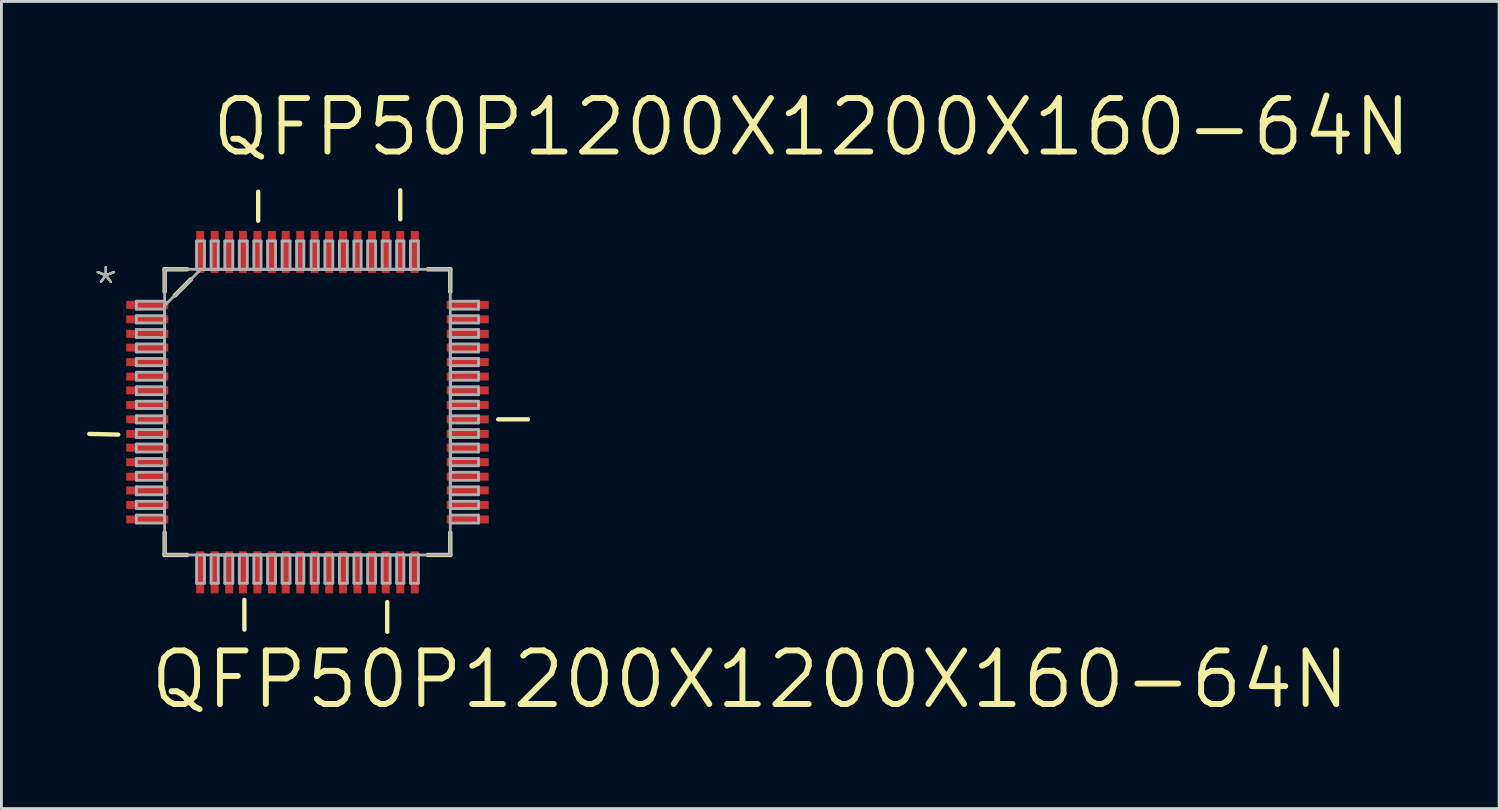
<source format=kicad_pcb>
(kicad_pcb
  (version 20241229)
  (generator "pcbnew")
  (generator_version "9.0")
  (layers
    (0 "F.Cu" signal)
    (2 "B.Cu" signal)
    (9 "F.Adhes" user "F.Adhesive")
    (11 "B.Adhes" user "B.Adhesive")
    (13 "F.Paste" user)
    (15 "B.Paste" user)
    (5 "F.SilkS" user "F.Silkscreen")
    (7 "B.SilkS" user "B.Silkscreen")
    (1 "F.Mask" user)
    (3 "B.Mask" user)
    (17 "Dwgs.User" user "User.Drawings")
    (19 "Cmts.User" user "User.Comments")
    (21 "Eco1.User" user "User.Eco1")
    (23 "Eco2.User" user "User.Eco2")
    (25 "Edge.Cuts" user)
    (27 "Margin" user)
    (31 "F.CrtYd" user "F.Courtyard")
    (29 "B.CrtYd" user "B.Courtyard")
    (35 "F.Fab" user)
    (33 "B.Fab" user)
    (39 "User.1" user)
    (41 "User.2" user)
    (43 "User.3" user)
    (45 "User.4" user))
  (footprint "QFP50P1200X1200X160-64N"
    (layer "F.Cu")
    (at 7.722 11.389)
    (property "Reference" "QFP50P1200X1200X160-64N" (at -5.613 10.465 0) (layer "F.SilkS") (effects (font (size 1.875 1.875) (thickness 0.208)) (justify left bottom)))
    (fp_line (start -7.645 0.762) (end -6.629 0.787) (stroke (width 0.152) (type solid)) (layer "F.SilkS"))
    (fp_line (start -5.004 -5.004) (end -5.004 -4.216) (stroke (width 0.152) (type solid)) (layer "F.SilkS"))
    (fp_line (start -5.004 4.216) (end -5.004 5.004) (stroke (width 0.152) (type solid)) (layer "F.SilkS"))
    (fp_line (start -5.004 5.004) (end -4.216 5.004) (stroke (width 0.152) (type solid)) (layer "F.SilkS"))
    (fp_line (start -4.648 -4.089) (end -4.089 -4.648) (stroke (width 0.152) (type solid)) (layer "F.SilkS"))
    (fp_line (start -4.216 -5.004) (end -5.004 -5.004) (stroke (width 0.152) (type solid)) (layer "F.SilkS"))
    (fp_line (start -2.21 7.62) (end -2.21 6.579) (stroke (width 0.152) (type solid)) (layer "F.SilkS"))
    (fp_line (start -1.727 -6.706) (end -1.727 -7.722) (stroke (width 0.152) (type solid)) (layer "F.SilkS"))
    (fp_line (start 2.794 7.696) (end 2.794 6.655) (stroke (width 0.152) (type solid)) (layer "F.SilkS"))
    (fp_line (start 3.251 -6.756) (end 3.251 -7.772) (stroke (width 0.152) (type solid)) (layer "F.SilkS"))
    (fp_line (start 4.216 5.004) (end 5.004 5.004) (stroke (width 0.152) (type solid)) (layer "F.SilkS"))
    (fp_line (start 5.004 -5.004) (end 4.216 -5.004) (stroke (width 0.152) (type solid)) (layer "F.SilkS"))
    (fp_line (start 5.004 -4.216) (end 5.004 -5.004) (stroke (width 0.152) (type solid)) (layer "F.SilkS"))
    (fp_line (start 5.004 5.004) (end 5.004 4.216) (stroke (width 0.152) (type solid)) (layer "F.SilkS"))
    (fp_line (start 6.68 0.254) (end 7.722 0.254) (stroke (width 0.152) (type solid)) (layer "F.SilkS"))
    (fp_line (start -5.994 -3.886) (end -5.994 -3.607) (stroke (width 0.1) (type solid)) (layer "F.Fab"))
    (fp_line (start -5.994 -3.607) (end -5.004 -3.607) (stroke (width 0.1) (type solid)) (layer "F.Fab"))
    (fp_line (start -5.994 -3.378) (end -5.994 -3.124) (stroke (width 0.1) (type solid)) (layer "F.Fab"))
    (fp_line (start -5.994 -3.124) (end -5.004 -3.124) (stroke (width 0.1) (type solid)) (layer "F.Fab"))
    (fp_line (start -5.994 -2.896) (end -5.994 -2.616) (stroke (width 0.1) (type solid)) (layer "F.Fab"))
    (fp_line (start -5.994 -2.616) (end -5.004 -2.616) (stroke (width 0.1) (type solid)) (layer "F.Fab"))
    (fp_line (start -5.994 -2.388) (end -5.994 -2.108) (stroke (width 0.1) (type solid)) (layer "F.Fab"))
    (fp_line (start -5.994 -2.108) (end -5.004 -2.108) (stroke (width 0.1) (type solid)) (layer "F.Fab"))
    (fp_line (start -5.994 -1.88) (end -5.994 -1.626) (stroke (width 0.1) (type solid)) (layer "F.Fab"))
    (fp_line (start -5.994 -1.626) (end -5.004 -1.626) (stroke (width 0.1) (type solid)) (layer "F.Fab"))
    (fp_line (start -5.994 -1.397) (end -5.994 -1.118) (stroke (width 0.1) (type solid)) (layer "F.Fab"))
    (fp_line (start -5.994 -1.118) (end -5.004 -1.118) (stroke (width 0.1) (type solid)) (layer "F.Fab"))
    (fp_line (start -5.994 -0.889) (end -5.994 -0.61) (stroke (width 0.1) (type solid)) (layer "F.Fab"))
    (fp_line (start -5.994 -0.61) (end -5.004 -0.61) (stroke (width 0.1) (type solid)) (layer "F.Fab"))
    (fp_line (start -5.994 -0.381) (end -5.994 -0.127) (stroke (width 0.1) (type solid)) (layer "F.Fab"))
    (fp_line (start -5.994 -0.127) (end -5.004 -0.127) (stroke (width 0.1) (type solid)) (layer "F.Fab"))
    (fp_line (start -5.994 0.127) (end -5.994 0.381) (stroke (width 0.1) (type solid)) (layer "F.Fab"))
    (fp_line (start -5.994 0.381) (end -5.004 0.381) (stroke (width 0.1) (type solid)) (layer "F.Fab"))
    (fp_line (start -5.994 0.61) (end -5.994 0.889) (stroke (width 0.1) (type solid)) (layer "F.Fab"))
    (fp_line (start -5.994 0.889) (end -5.004 0.889) (stroke (width 0.1) (type solid)) (layer "F.Fab"))
    (fp_line (start -5.994 1.118) (end -5.994 1.397) (stroke (width 0.1) (type solid)) (layer "F.Fab"))
    (fp_line (start -5.994 1.397) (end -5.004 1.397) (stroke (width 0.1) (type solid)) (layer "F.Fab"))
    (fp_line (start -5.994 1.626) (end -5.994 1.88) (stroke (width 0.1) (type solid)) (layer "F.Fab"))
    (fp_line (start -5.994 1.88) (end -5.004 1.88) (stroke (width 0.1) (type solid)) (layer "F.Fab"))
    (fp_line (start -5.994 2.108) (end -5.994 2.388) (stroke (width 0.1) (type solid)) (layer "F.Fab"))
    (fp_line (start -5.994 2.388) (end -5.004 2.388) (stroke (width 0.1) (type solid)) (layer "F.Fab"))
    (fp_line (start -5.994 2.616) (end -5.994 2.896) (stroke (width 0.1) (type solid)) (layer "F.Fab"))
    (fp_line (start -5.994 2.896) (end -5.004 2.896) (stroke (width 0.1) (type solid)) (layer "F.Fab"))
    (fp_line (start -5.994 3.124) (end -5.994 3.378) (stroke (width 0.1) (type solid)) (layer "F.Fab"))
    (fp_line (start -5.994 3.378) (end -5.004 3.378) (stroke (width 0.1) (type solid)) (layer "F.Fab"))
    (fp_line (start -5.994 3.607) (end -5.994 3.886) (stroke (width 0.1) (type solid)) (layer "F.Fab"))
    (fp_line (start -5.994 3.886) (end -5.004 3.886) (stroke (width 0.1) (type solid)) (layer "F.Fab"))
    (fp_line (start -5.004 -5.004) (end -5.004 -3.886) (stroke (width 0.1) (type solid)) (layer "F.Fab"))
    (fp_line (start -5.004 -3.886) (end -5.994 -3.886) (stroke (width 0.1) (type solid)) (layer "F.Fab"))
    (fp_line (start -5.004 -3.886) (end -5.004 3.886) (stroke (width 0.1) (type solid)) (layer "F.Fab"))
    (fp_line (start -5.004 -3.734) (end -5.004 -3.886) (stroke (width 0.1) (type solid)) (layer "F.Fab"))
    (fp_line (start -5.004 -3.734) (end -3.734 -5.004) (stroke (width 0.1) (type solid)) (layer "F.Fab"))
    (fp_line (start -5.004 -3.607) (end -5.004 -3.734) (stroke (width 0.1) (type solid)) (layer "F.Fab"))
    (fp_line (start -5.004 -3.607) (end -5.004 -3.378) (stroke (width 0.1) (type solid)) (layer "F.Fab"))
    (fp_line (start -5.004 -3.378) (end -5.994 -3.378) (stroke (width 0.1) (type solid)) (layer "F.Fab"))
    (fp_line (start -5.004 -3.124) (end -5.004 -3.378) (stroke (width 0.1) (type solid)) (layer "F.Fab"))
    (fp_line (start -5.004 -3.124) (end -5.004 -2.896) (stroke (width 0.1) (type solid)) (layer "F.Fab"))
    (fp_line (start -5.004 -2.896) (end -5.994 -2.896) (stroke (width 0.1) (type solid)) (layer "F.Fab"))
    (fp_line (start -5.004 -2.616) (end -5.004 -2.896) (stroke (width 0.1) (type solid)) (layer "F.Fab"))
    (fp_line (start -5.004 -2.616) (end -5.004 -2.388) (stroke (width 0.1) (type solid)) (layer "F.Fab"))
    (fp_line (start -5.004 -2.388) (end -5.994 -2.388) (stroke (width 0.1) (type solid)) (layer "F.Fab"))
    (fp_line (start -5.004 -2.108) (end -5.004 -2.388) (stroke (width 0.1) (type solid)) (layer "F.Fab"))
    (fp_line (start -5.004 -2.108) (end -5.004 -1.88) (stroke (width 0.1) (type solid)) (layer "F.Fab"))
    (fp_line (start -5.004 -1.88) (end -5.994 -1.88) (stroke (width 0.1) (type solid)) (layer "F.Fab"))
    (fp_line (start -5.004 -1.626) (end -5.004 -1.88) (stroke (width 0.1) (type solid)) (layer "F.Fab"))
    (fp_line (start -5.004 -1.626) (end -5.004 -1.397) (stroke (width 0.1) (type solid)) (layer "F.Fab"))
    (fp_line (start -5.004 -1.397) (end -5.994 -1.397) (stroke (width 0.1) (type solid)) (layer "F.Fab"))
    (fp_line (start -5.004 -1.118) (end -5.004 -1.397) (stroke (width 0.1) (type solid)) (layer "F.Fab"))
    (fp_line (start -5.004 -1.118) (end -5.004 -0.889) (stroke (width 0.1) (type solid)) (layer "F.Fab"))
    (fp_line (start -5.004 -0.889) (end -5.994 -0.889) (stroke (width 0.1) (type solid)) (layer "F.Fab"))
    (fp_line (start -5.004 -0.61) (end -5.004 -0.889) (stroke (width 0.1) (type solid)) (layer "F.Fab"))
    (fp_line (start -5.004 -0.61) (end -5.004 -0.381) (stroke (width 0.1) (type solid)) (layer "F.Fab"))
    (fp_line (start -5.004 -0.381) (end -5.994 -0.381) (stroke (width 0.1) (type solid)) (layer "F.Fab"))
    (fp_line (start -5.004 -0.127) (end -5.004 -0.381) (stroke (width 0.1) (type solid)) (layer "F.Fab"))
    (fp_line (start -5.004 -0.127) (end -5.004 0.127) (stroke (width 0.1) (type solid)) (layer "F.Fab"))
    (fp_line (start -5.004 0.127) (end -5.994 0.127) (stroke (width 0.1) (type solid)) (layer "F.Fab"))
    (fp_line (start -5.004 0.381) (end -5.004 0.127) (stroke (width 0.1) (type solid)) (layer "F.Fab"))
    (fp_line (start -5.004 0.381) (end -5.004 0.61) (stroke (width 0.1) (type solid)) (layer "F.Fab"))
    (fp_line (start -5.004 0.61) (end -5.994 0.61) (stroke (width 0.1) (type solid)) (layer "F.Fab"))
    (fp_line (start -5.004 0.889) (end -5.004 0.61) (stroke (width 0.1) (type solid)) (layer "F.Fab"))
    (fp_line (start -5.004 0.889) (end -5.004 1.118) (stroke (width 0.1) (type solid)) (layer "F.Fab"))
    (fp_line (start -5.004 1.118) (end -5.994 1.118) (stroke (width 0.1) (type solid)) (layer "F.Fab"))
    (fp_line (start -5.004 1.397) (end -5.004 1.118) (stroke (width 0.1) (type solid)) (layer "F.Fab"))
    (fp_line (start -5.004 1.397) (end -5.004 1.626) (stroke (width 0.1) (type solid)) (layer "F.Fab"))
    (fp_line (start -5.004 1.626) (end -5.994 1.626) (stroke (width 0.1) (type solid)) (layer "F.Fab"))
    (fp_line (start -5.004 1.88) (end -5.004 1.626) (stroke (width 0.1) (type solid)) (layer "F.Fab"))
    (fp_line (start -5.004 1.88) (end -5.004 2.108) (stroke (width 0.1) (type solid)) (layer "F.Fab"))
    (fp_line (start -5.004 2.108) (end -5.994 2.108) (stroke (width 0.1) (type solid)) (layer "F.Fab"))
    (fp_line (start -5.004 2.388) (end -5.004 2.108) (stroke (width 0.1) (type solid)) (layer "F.Fab"))
    (fp_line (start -5.004 2.388) (end -5.004 2.616) (stroke (width 0.1) (type solid)) (layer "F.Fab"))
    (fp_line (start -5.004 2.616) (end -5.994 2.616) (stroke (width 0.1) (type solid)) (layer "F.Fab"))
    (fp_line (start -5.004 2.896) (end -5.004 2.616) (stroke (width 0.1) (type solid)) (layer "F.Fab"))
    (fp_line (start -5.004 2.896) (end -5.004 3.124) (stroke (width 0.1) (type solid)) (layer "F.Fab"))
    (fp_line (start -5.004 3.124) (end -5.994 3.124) (stroke (width 0.1) (type solid)) (layer "F.Fab"))
    (fp_line (start -5.004 3.378) (end -5.004 3.124) (stroke (width 0.1) (type solid)) (layer "F.Fab"))
    (fp_line (start -5.004 3.378) (end -5.004 3.607) (stroke (width 0.1) (type solid)) (layer "F.Fab"))
    (fp_line (start -5.004 3.607) (end -5.994 3.607) (stroke (width 0.1) (type solid)) (layer "F.Fab"))
    (fp_line (start -5.004 3.886) (end -5.004 3.607) (stroke (width 0.1) (type solid)) (layer "F.Fab"))
    (fp_line (start -5.004 3.886) (end -5.004 5.004) (stroke (width 0.1) (type solid)) (layer "F.Fab"))
    (fp_line (start -5.004 5.004) (end -3.886 5.004) (stroke (width 0.1) (type solid)) (layer "F.Fab"))
    (fp_line (start -3.886 -5.994) (end -3.886 -5.004) (stroke (width 0.1) (type solid)) (layer "F.Fab"))
    (fp_line (start -3.886 -5.004) (end -5.004 -5.004) (stroke (width 0.1) (type solid)) (layer "F.Fab"))
    (fp_line (start -3.886 -5.004) (end -3.734 -5.004) (stroke (width 0.1) (type solid)) (layer "F.Fab"))
    (fp_line (start -3.886 5.004) (end -3.886 5.994) (stroke (width 0.1) (type solid)) (layer "F.Fab"))
    (fp_line (start -3.886 5.994) (end -3.607 5.994) (stroke (width 0.1) (type solid)) (layer "F.Fab"))
    (fp_line (start -3.734 -5.004) (end -3.607 -5.004) (stroke (width 0.1) (type solid)) (layer "F.Fab"))
    (fp_line (start -3.607 -5.994) (end -3.886 -5.994) (stroke (width 0.1) (type solid)) (layer "F.Fab"))
    (fp_line (start -3.607 -5.004) (end -3.607 -5.994) (stroke (width 0.1) (type solid)) (layer "F.Fab"))
    (fp_line (start -3.607 5.004) (end -3.886 5.004) (stroke (width 0.1) (type solid)) (layer "F.Fab"))
    (fp_line (start -3.607 5.004) (end -3.378 5.004) (stroke (width 0.1) (type solid)) (layer "F.Fab"))
    (fp_line (start -3.607 5.994) (end -3.607 5.004) (stroke (width 0.1) (type solid)) (layer "F.Fab"))
    (fp_line (start -3.378 -5.994) (end -3.378 -5.004) (stroke (width 0.1) (type solid)) (layer "F.Fab"))
    (fp_line (start -3.378 -5.004) (end -3.607 -5.004) (stroke (width 0.1) (type solid)) (layer "F.Fab"))
    (fp_line (start -3.378 -5.004) (end -3.124 -5.004) (stroke (width 0.1) (type solid)) (layer "F.Fab"))
    (fp_line (start -3.378 5.004) (end -3.378 5.994) (stroke (width 0.1) (type solid)) (layer "F.Fab"))
    (fp_line (start -3.378 5.994) (end -3.124 5.994) (stroke (width 0.1) (type solid)) (layer "F.Fab"))
    (fp_line (start -3.124 -5.994) (end -3.378 -5.994) (stroke (width 0.1) (type solid)) (layer "F.Fab"))
    (fp_line (start -3.124 -5.004) (end -3.124 -5.994) (stroke (width 0.1) (type solid)) (layer "F.Fab"))
    (fp_line (start -3.124 5.004) (end -3.378 5.004) (stroke (width 0.1) (type solid)) (layer "F.Fab"))
    (fp_line (start -3.124 5.004) (end -2.896 5.004) (stroke (width 0.1) (type solid)) (layer "F.Fab"))
    (fp_line (start -3.124 5.004) (end 3.124 5.004) (stroke (width 0.1) (type solid)) (layer "F.Fab"))
    (fp_line (start -3.124 5.994) (end -3.124 5.004) (stroke (width 0.1) (type solid)) (layer "F.Fab"))
    (fp_line (start -2.896 -5.994) (end -2.896 -5.004) (stroke (width 0.1) (type solid)) (layer "F.Fab"))
    (fp_line (start -2.896 -5.004) (end -3.124 -5.004) (stroke (width 0.1) (type solid)) (layer "F.Fab"))
    (fp_line (start -2.896 -5.004) (end -2.616 -5.004) (stroke (width 0.1) (type solid)) (layer "F.Fab"))
    (fp_line (start -2.896 5.004) (end -2.896 5.994) (stroke (width 0.1) (type solid)) (layer "F.Fab"))
    (fp_line (start -2.896 5.994) (end -2.616 5.994) (stroke (width 0.1) (type solid)) (layer "F.Fab"))
    (fp_line (start -2.616 -5.994) (end -2.896 -5.994) (stroke (width 0.1) (type solid)) (layer "F.Fab"))
    (fp_line (start -2.616 -5.004) (end -2.616 -5.994) (stroke (width 0.1) (type solid)) (layer "F.Fab"))
    (fp_line (start -2.616 5.004) (end -2.896 5.004) (stroke (width 0.1) (type solid)) (layer "F.Fab"))
    (fp_line (start -2.616 5.004) (end -2.388 5.004) (stroke (width 0.1) (type solid)) (layer "F.Fab"))
    (fp_line (start -2.616 5.994) (end -2.616 5.004) (stroke (width 0.1) (type solid)) (layer "F.Fab"))
    (fp_line (start -2.388 -5.994) (end -2.388 -5.004) (stroke (width 0.1) (type solid)) (layer "F.Fab"))
    (fp_line (start -2.388 -5.004) (end -2.616 -5.004) (stroke (width 0.1) (type solid)) (layer "F.Fab"))
    (fp_line (start -2.388 -5.004) (end -2.108 -5.004) (stroke (width 0.1) (type solid)) (layer "F.Fab"))
    (fp_line (start -2.388 5.004) (end -2.388 5.994) (stroke (width 0.1) (type solid)) (layer "F.Fab"))
    (fp_line (start -2.388 5.994) (end -2.108 5.994) (stroke (width 0.1) (type solid)) (layer "F.Fab"))
    (fp_line (start -2.108 -5.994) (end -2.388 -5.994) (stroke (width 0.1) (type solid)) (layer "F.Fab"))
    (fp_line (start -2.108 -5.004) (end -2.108 -5.994) (stroke (width 0.1) (type solid)) (layer "F.Fab"))
    (fp_line (start -2.108 5.004) (end -2.388 5.004) (stroke (width 0.1) (type solid)) (layer "F.Fab"))
    (fp_line (start -2.108 5.004) (end -1.88 5.004) (stroke (width 0.1) (type solid)) (layer "F.Fab"))
    (fp_line (start -2.108 5.994) (end -2.108 5.004) (stroke (width 0.1) (type solid)) (layer "F.Fab"))
    (fp_line (start -1.88 -5.994) (end -1.88 -5.004) (stroke (width 0.1) (type solid)) (layer "F.Fab"))
    (fp_line (start -1.88 -5.004) (end -2.108 -5.004) (stroke (width 0.1) (type solid)) (layer "F.Fab"))
    (fp_line (start -1.88 -5.004) (end -1.626 -5.004) (stroke (width 0.1) (type solid)) (layer "F.Fab"))
    (fp_line (start -1.88 5.004) (end -1.88 5.994) (stroke (width 0.1) (type solid)) (layer "F.Fab"))
    (fp_line (start -1.88 5.994) (end -1.626 5.994) (stroke (width 0.1) (type solid)) (layer "F.Fab"))
    (fp_line (start -1.626 -5.994) (end -1.88 -5.994) (stroke (width 0.1) (type solid)) (layer "F.Fab"))
    (fp_line (start -1.626 -5.004) (end -1.626 -5.994) (stroke (width 0.1) (type solid)) (layer "F.Fab"))
    (fp_line (start -1.626 5.004) (end -1.88 5.004) (stroke (width 0.1) (type solid)) (layer "F.Fab"))
    (fp_line (start -1.626 5.004) (end -1.397 5.004) (stroke (width 0.1) (type solid)) (layer "F.Fab"))
    (fp_line (start -1.626 5.994) (end -1.626 5.004) (stroke (width 0.1) (type solid)) (layer "F.Fab"))
    (fp_line (start -1.397 -5.994) (end -1.397 -5.004) (stroke (width 0.1) (type solid)) (layer "F.Fab"))
    (fp_line (start -1.397 -5.004) (end -1.626 -5.004) (stroke (width 0.1) (type solid)) (layer "F.Fab"))
    (fp_line (start -1.397 -5.004) (end -1.118 -5.004) (stroke (width 0.1) (type solid)) (layer "F.Fab"))
    (fp_line (start -1.397 5.004) (end -1.397 5.994) (stroke (width 0.1) (type solid)) (layer "F.Fab"))
    (fp_line (start -1.397 5.994) (end -1.118 5.994) (stroke (width 0.1) (type solid)) (layer "F.Fab"))
    (fp_line (start -1.118 -5.994) (end -1.397 -5.994) (stroke (width 0.1) (type solid)) (layer "F.Fab"))
    (fp_line (start -1.118 -5.004) (end -1.118 -5.994) (stroke (width 0.1) (type solid)) (layer "F.Fab"))
    (fp_line (start -1.118 5.004) (end -1.397 5.004) (stroke (width 0.1) (type solid)) (layer "F.Fab"))
    (fp_line (start -1.118 5.004) (end -0.889 5.004) (stroke (width 0.1) (type solid)) (layer "F.Fab"))
    (fp_line (start -1.118 5.994) (end -1.118 5.004) (stroke (width 0.1) (type solid)) (layer "F.Fab"))
    (fp_line (start -0.889 -5.994) (end -0.889 -5.004) (stroke (width 0.1) (type solid)) (layer "F.Fab"))
    (fp_line (start -0.889 -5.004) (end -1.118 -5.004) (stroke (width 0.1) (type solid)) (layer "F.Fab"))
    (fp_line (start -0.889 -5.004) (end -0.61 -5.004) (stroke (width 0.1) (type solid)) (layer "F.Fab"))
    (fp_line (start -0.889 5.004) (end -0.889 5.994) (stroke (width 0.1) (type solid)) (layer "F.Fab"))
    (fp_line (start -0.889 5.994) (end -0.61 5.994) (stroke (width 0.1) (type solid)) (layer "F.Fab"))
    (fp_line (start -0.61 -5.994) (end -0.889 -5.994) (stroke (width 0.1) (type solid)) (layer "F.Fab"))
    (fp_line (start -0.61 -5.004) (end -0.61 -5.994) (stroke (width 0.1) (type solid)) (layer "F.Fab"))
    (fp_line (start -0.61 5.004) (end -0.889 5.004) (stroke (width 0.1) (type solid)) (layer "F.Fab"))
    (fp_line (start -0.61 5.004) (end -0.381 5.004) (stroke (width 0.1) (type solid)) (layer "F.Fab"))
    (fp_line (start -0.61 5.994) (end -0.61 5.004) (stroke (width 0.1) (type solid)) (layer "F.Fab"))
    (fp_line (start -0.381 -5.994) (end -0.381 -5.004) (stroke (width 0.1) (type solid)) (layer "F.Fab"))
    (fp_line (start -0.381 -5.004) (end -0.61 -5.004) (stroke (width 0.1) (type solid)) (layer "F.Fab"))
    (fp_line (start -0.381 -5.004) (end -0.127 -5.004) (stroke (width 0.1) (type solid)) (layer "F.Fab"))
    (fp_line (start -0.381 5.004) (end -0.381 5.994) (stroke (width 0.1) (type solid)) (layer "F.Fab"))
    (fp_line (start -0.381 5.994) (end -0.127 5.994) (stroke (width 0.1) (type solid)) (layer "F.Fab"))
    (fp_line (start -0.127 -5.994) (end -0.381 -5.994) (stroke (width 0.1) (type solid)) (layer "F.Fab"))
    (fp_line (start -0.127 -5.004) (end -0.127 -5.994) (stroke (width 0.1) (type solid)) (layer "F.Fab"))
    (fp_line (start -0.127 5.004) (end -0.381 5.004) (stroke (width 0.1) (type solid)) (layer "F.Fab"))
    (fp_line (start -0.127 5.004) (end 0.127 5.004) (stroke (width 0.1) (type solid)) (layer "F.Fab"))
    (fp_line (start -0.127 5.994) (end -0.127 5.004) (stroke (width 0.1) (type solid)) (layer "F.Fab"))
    (fp_line (start 0.127 -5.994) (end 0.127 -5.004) (stroke (width 0.1) (type solid)) (layer "F.Fab"))
    (fp_line (start 0.127 -5.004) (end -0.127 -5.004) (stroke (width 0.1) (type solid)) (layer "F.Fab"))
    (fp_line (start 0.127 -5.004) (end 0.381 -5.004) (stroke (width 0.1) (type solid)) (layer "F.Fab"))
    (fp_line (start 0.127 5.004) (end 0.127 5.994) (stroke (width 0.1) (type solid)) (layer "F.Fab"))
    (fp_line (start 0.127 5.994) (end 0.381 5.994) (stroke (width 0.1) (type solid)) (layer "F.Fab"))
    (fp_line (start 0.381 -5.994) (end 0.127 -5.994) (stroke (width 0.1) (type solid)) (layer "F.Fab"))
    (fp_line (start 0.381 -5.004) (end 0.381 -5.994) (stroke (width 0.1) (type solid)) (layer "F.Fab"))
    (fp_line (start 0.381 5.004) (end 0.127 5.004) (stroke (width 0.1) (type solid)) (layer "F.Fab"))
    (fp_line (start 0.381 5.004) (end 0.61 5.004) (stroke (width 0.1) (type solid)) (layer "F.Fab"))
    (fp_line (start 0.381 5.994) (end 0.381 5.004) (stroke (width 0.1) (type solid)) (layer "F.Fab"))
    (fp_line (start 0.61 -5.994) (end 0.61 -5.004) (stroke (width 0.1) (type solid)) (layer "F.Fab"))
    (fp_line (start 0.61 -5.004) (end 0.381 -5.004) (stroke (width 0.1) (type solid)) (layer "F.Fab"))
    (fp_line (start 0.61 -5.004) (end 0.889 -5.004) (stroke (width 0.1) (type solid)) (layer "F.Fab"))
    (fp_line (start 0.61 5.004) (end 0.61 5.994) (stroke (width 0.1) (type solid)) (layer "F.Fab"))
    (fp_line (start 0.61 5.994) (end 0.889 5.994) (stroke (width 0.1) (type solid)) (layer "F.Fab"))
    (fp_line (start 0.889 -5.994) (end 0.61 -5.994) (stroke (width 0.1) (type solid)) (layer "F.Fab"))
    (fp_line (start 0.889 -5.004) (end 0.889 -5.994) (stroke (width 0.1) (type solid)) (layer "F.Fab"))
    (fp_line (start 0.889 5.004) (end 0.61 5.004) (stroke (width 0.1) (type solid)) (layer "F.Fab"))
    (fp_line (start 0.889 5.004) (end 1.118 5.004) (stroke (width 0.1) (type solid)) (layer "F.Fab"))
    (fp_line (start 0.889 5.994) (end 0.889 5.004) (stroke (width 0.1) (type solid)) (layer "F.Fab"))
    (fp_line (start 1.118 -5.994) (end 1.118 -5.004) (stroke (width 0.1) (type solid)) (layer "F.Fab"))
    (fp_line (start 1.118 -5.004) (end 0.889 -5.004) (stroke (width 0.1) (type solid)) (layer "F.Fab"))
    (fp_line (start 1.118 -5.004) (end 1.397 -5.004) (stroke (width 0.1) (type solid)) (layer "F.Fab"))
    (fp_line (start 1.118 5.004) (end 1.118 5.994) (stroke (width 0.1) (type solid)) (layer "F.Fab"))
    (fp_line (start 1.118 5.994) (end 1.397 5.994) (stroke (width 0.1) (type solid)) (layer "F.Fab"))
    (fp_line (start 1.397 -5.994) (end 1.118 -5.994) (stroke (width 0.1) (type solid)) (layer "F.Fab"))
    (fp_line (start 1.397 -5.004) (end 1.397 -5.994) (stroke (width 0.1) (type solid)) (layer "F.Fab"))
    (fp_line (start 1.397 5.004) (end 1.118 5.004) (stroke (width 0.1) (type solid)) (layer "F.Fab"))
    (fp_line (start 1.397 5.004) (end 1.626 5.004) (stroke (width 0.1) (type solid)) (layer "F.Fab"))
    (fp_line (start 1.397 5.994) (end 1.397 5.004) (stroke (width 0.1) (type solid)) (layer "F.Fab"))
    (fp_line (start 1.626 -5.994) (end 1.626 -5.004) (stroke (width 0.1) (type solid)) (layer "F.Fab"))
    (fp_line (start 1.626 -5.004) (end 1.397 -5.004) (stroke (width 0.1) (type solid)) (layer "F.Fab"))
    (fp_line (start 1.626 -5.004) (end 1.88 -5.004) (stroke (width 0.1) (type solid)) (layer "F.Fab"))
    (fp_line (start 1.626 5.004) (end 1.626 5.994) (stroke (width 0.1) (type solid)) (layer "F.Fab"))
    (fp_line (start 1.626 5.994) (end 1.88 5.994) (stroke (width 0.1) (type solid)) (layer "F.Fab"))
    (fp_line (start 1.88 -5.994) (end 1.626 -5.994) (stroke (width 0.1) (type solid)) (layer "F.Fab"))
    (fp_line (start 1.88 -5.004) (end 1.88 -5.994) (stroke (width 0.1) (type solid)) (layer "F.Fab"))
    (fp_line (start 1.88 5.004) (end 1.626 5.004) (stroke (width 0.1) (type solid)) (layer "F.Fab"))
    (fp_line (start 1.88 5.004) (end 2.108 5.004) (stroke (width 0.1) (type solid)) (layer "F.Fab"))
    (fp_line (start 1.88 5.994) (end 1.88 5.004) (stroke (width 0.1) (type solid)) (layer "F.Fab"))
    (fp_line (start 2.108 -5.994) (end 2.108 -5.004) (stroke (width 0.1) (type solid)) (layer "F.Fab"))
    (fp_line (start 2.108 -5.004) (end 1.88 -5.004) (stroke (width 0.1) (type solid)) (layer "F.Fab"))
    (fp_line (start 2.108 -5.004) (end 2.388 -5.004) (stroke (width 0.1) (type solid)) (layer "F.Fab"))
    (fp_line (start 2.108 5.004) (end 2.108 5.994) (stroke (width 0.1) (type solid)) (layer "F.Fab"))
    (fp_line (start 2.108 5.994) (end 2.388 5.994) (stroke (width 0.1) (type solid)) (layer "F.Fab"))
    (fp_line (start 2.388 -5.994) (end 2.108 -5.994) (stroke (width 0.1) (type solid)) (layer "F.Fab"))
    (fp_line (start 2.388 -5.004) (end 2.388 -5.994) (stroke (width 0.1) (type solid)) (layer "F.Fab"))
    (fp_line (start 2.388 5.004) (end 2.108 5.004) (stroke (width 0.1) (type solid)) (layer "F.Fab"))
    (fp_line (start 2.388 5.004) (end 2.616 5.004) (stroke (width 0.1) (type solid)) (layer "F.Fab"))
    (fp_line (start 2.388 5.994) (end 2.388 5.004) (stroke (width 0.1) (type solid)) (layer "F.Fab"))
    (fp_line (start 2.616 -5.994) (end 2.616 -5.004) (stroke (width 0.1) (type solid)) (layer "F.Fab"))
    (fp_line (start 2.616 -5.004) (end 2.388 -5.004) (stroke (width 0.1) (type solid)) (layer "F.Fab"))
    (fp_line (start 2.616 -5.004) (end 2.896 -5.004) (stroke (width 0.1) (type solid)) (layer "F.Fab"))
    (fp_line (start 2.616 5.004) (end 2.616 5.994) (stroke (width 0.1) (type solid)) (layer "F.Fab"))
    (fp_line (start 2.616 5.994) (end 2.896 5.994) (stroke (width 0.1) (type solid)) (layer "F.Fab"))
    (fp_line (start 2.896 -5.994) (end 2.616 -5.994) (stroke (width 0.1) (type solid)) (layer "F.Fab"))
    (fp_line (start 2.896 -5.004) (end 2.896 -5.994) (stroke (width 0.1) (type solid)) (layer "F.Fab"))
    (fp_line (start 2.896 5.004) (end 2.616 5.004) (stroke (width 0.1) (type solid)) (layer "F.Fab"))
    (fp_line (start 2.896 5.004) (end 3.124 5.004) (stroke (width 0.1) (type solid)) (layer "F.Fab"))
    (fp_line (start 2.896 5.994) (end 2.896 5.004) (stroke (width 0.1) (type solid)) (layer "F.Fab"))
    (fp_line (start 3.124 -5.994) (end 3.124 -5.004) (stroke (width 0.1) (type solid)) (layer "F.Fab"))
    (fp_line (start 3.124 -5.004) (end 2.896 -5.004) (stroke (width 0.1) (type solid)) (layer "F.Fab"))
    (fp_line (start 3.124 -5.004) (end 3.378 -5.004) (stroke (width 0.1) (type solid)) (layer "F.Fab"))
    (fp_line (start 3.124 5.004) (end 3.124 5.994) (stroke (width 0.1) (type solid)) (layer "F.Fab"))
    (fp_line (start 3.124 5.994) (end 3.378 5.994) (stroke (width 0.1) (type solid)) (layer "F.Fab"))
    (fp_line (start 3.378 -5.994) (end 3.124 -5.994) (stroke (width 0.1) (type solid)) (layer "F.Fab"))
    (fp_line (start 3.378 -5.004) (end 3.378 -5.994) (stroke (width 0.1) (type solid)) (layer "F.Fab"))
    (fp_line (start 3.378 5.004) (end 3.124 5.004) (stroke (width 0.1) (type solid)) (layer "F.Fab"))
    (fp_line (start 3.378 5.004) (end 3.607 5.004) (stroke (width 0.1) (type solid)) (layer "F.Fab"))
    (fp_line (start 3.378 5.994) (end 3.378 5.004) (stroke (width 0.1) (type solid)) (layer "F.Fab"))
    (fp_line (start 3.607 -5.994) (end 3.607 -5.004) (stroke (width 0.1) (type solid)) (layer "F.Fab"))
    (fp_line (start 3.607 -5.004) (end -3.734 -5.004) (stroke (width 0.1) (type solid)) (layer "F.Fab"))
    (fp_line (start 3.607 -5.004) (end 3.378 -5.004) (stroke (width 0.1) (type solid)) (layer "F.Fab"))
    (fp_line (start 3.607 -5.004) (end 3.886 -5.004) (stroke (width 0.1) (type solid)) (layer "F.Fab"))
    (fp_line (start 3.607 5.004) (end 3.607 5.994) (stroke (width 0.1) (type solid)) (layer "F.Fab"))
    (fp_line (start 3.607 5.994) (end 3.886 5.994) (stroke (width 0.1) (type solid)) (layer "F.Fab"))
    (fp_line (start 3.886 -5.994) (end 3.607 -5.994) (stroke (width 0.1) (type solid)) (layer "F.Fab"))
    (fp_line (start 3.886 -5.004) (end 3.886 -5.994) (stroke (width 0.1) (type solid)) (layer "F.Fab"))
    (fp_line (start 3.886 5.004) (end 3.607 5.004) (stroke (width 0.1) (type solid)) (layer "F.Fab"))
    (fp_line (start 3.886 5.004) (end 5.004 5.004) (stroke (width 0.1) (type solid)) (layer "F.Fab"))
    (fp_line (start 3.886 5.994) (end 3.886 5.004) (stroke (width 0.1) (type solid)) (layer "F.Fab"))
    (fp_line (start 5.004 -5.004) (end 3.886 -5.004) (stroke (width 0.1) (type solid)) (layer "F.Fab"))
    (fp_line (start 5.004 -3.886) (end 5.004 -5.004) (stroke (width 0.1) (type solid)) (layer "F.Fab"))
    (fp_line (start 5.004 -3.886) (end 5.004 -3.607) (stroke (width 0.1) (type solid)) (layer "F.Fab"))
    (fp_line (start 5.004 -3.607) (end 5.994 -3.607) (stroke (width 0.1) (type solid)) (layer "F.Fab"))
    (fp_line (start 5.004 -3.378) (end 5.004 -3.607) (stroke (width 0.1) (type solid)) (layer "F.Fab"))
    (fp_line (start 5.004 -3.378) (end 5.004 -3.124) (stroke (width 0.1) (type solid)) (layer "F.Fab"))
    (fp_line (start 5.004 -3.124) (end 5.994 -3.124) (stroke (width 0.1) (type solid)) (layer "F.Fab"))
    (fp_line (start 5.004 -2.896) (end 5.004 -3.124) (stroke (width 0.1) (type solid)) (layer "F.Fab"))
    (fp_line (start 5.004 -2.896) (end 5.004 -2.616) (stroke (width 0.1) (type solid)) (layer "F.Fab"))
    (fp_line (start 5.004 -2.616) (end 5.994 -2.616) (stroke (width 0.1) (type solid)) (layer "F.Fab"))
    (fp_line (start 5.004 -2.388) (end 5.004 -2.616) (stroke (width 0.1) (type solid)) (layer "F.Fab"))
    (fp_line (start 5.004 -2.388) (end 5.004 -2.108) (stroke (width 0.1) (type solid)) (layer "F.Fab"))
    (fp_line (start 5.004 -2.108) (end 5.994 -2.108) (stroke (width 0.1) (type solid)) (layer "F.Fab"))
    (fp_line (start 5.004 -1.88) (end 5.004 -2.108) (stroke (width 0.1) (type solid)) (layer "F.Fab"))
    (fp_line (start 5.004 -1.88) (end 5.004 -1.626) (stroke (width 0.1) (type solid)) (layer "F.Fab"))
    (fp_line (start 5.004 -1.626) (end 5.994 -1.626) (stroke (width 0.1) (type solid)) (layer "F.Fab"))
    (fp_line (start 5.004 -1.397) (end 5.004 -1.626) (stroke (width 0.1) (type solid)) (layer "F.Fab"))
    (fp_line (start 5.004 -1.397) (end 5.004 -1.118) (stroke (width 0.1) (type solid)) (layer "F.Fab"))
    (fp_line (start 5.004 -1.118) (end 5.994 -1.118) (stroke (width 0.1) (type solid)) (layer "F.Fab"))
    (fp_line (start 5.004 -0.889) (end 5.004 -1.118) (stroke (width 0.1) (type solid)) (layer "F.Fab"))
    (fp_line (start 5.004 -0.889) (end 5.004 -0.61) (stroke (width 0.1) (type solid)) (layer "F.Fab"))
    (fp_line (start 5.004 -0.61) (end 5.994 -0.61) (stroke (width 0.1) (type solid)) (layer "F.Fab"))
    (fp_line (start 5.004 -0.381) (end 5.004 -0.61) (stroke (width 0.1) (type solid)) (layer "F.Fab"))
    (fp_line (start 5.004 -0.381) (end 5.004 -0.127) (stroke (width 0.1) (type solid)) (layer "F.Fab"))
    (fp_line (start 5.004 -0.127) (end 5.994 -0.127) (stroke (width 0.1) (type solid)) (layer "F.Fab"))
    (fp_line (start 5.004 0.127) (end 5.004 -0.127) (stroke (width 0.1) (type solid)) (layer "F.Fab"))
    (fp_line (start 5.004 0.127) (end 5.004 0.381) (stroke (width 0.1) (type solid)) (layer "F.Fab"))
    (fp_line (start 5.004 0.381) (end 5.994 0.381) (stroke (width 0.1) (type solid)) (layer "F.Fab"))
    (fp_line (start 5.004 0.61) (end 5.004 0.381) (stroke (width 0.1) (type solid)) (layer "F.Fab"))
    (fp_line (start 5.004 0.61) (end 5.004 0.889) (stroke (width 0.1) (type solid)) (layer "F.Fab"))
    (fp_line (start 5.004 0.889) (end 5.994 0.889) (stroke (width 0.1) (type solid)) (layer "F.Fab"))
    (fp_line (start 5.004 1.118) (end 5.004 0.889) (stroke (width 0.1) (type solid)) (layer "F.Fab"))
    (fp_line (start 5.004 1.118) (end 5.004 1.397) (stroke (width 0.1) (type solid)) (layer "F.Fab"))
    (fp_line (start 5.004 1.397) (end 5.994 1.397) (stroke (width 0.1) (type solid)) (layer "F.Fab"))
    (fp_line (start 5.004 1.626) (end 5.004 1.397) (stroke (width 0.1) (type solid)) (layer "F.Fab"))
    (fp_line (start 5.004 1.626) (end 5.004 1.88) (stroke (width 0.1) (type solid)) (layer "F.Fab"))
    (fp_line (start 5.004 1.88) (end 5.994 1.88) (stroke (width 0.1) (type solid)) (layer "F.Fab"))
    (fp_line (start 5.004 2.108) (end 5.004 1.88) (stroke (width 0.1) (type solid)) (layer "F.Fab"))
    (fp_line (start 5.004 2.108) (end 5.004 2.388) (stroke (width 0.1) (type solid)) (layer "F.Fab"))
    (fp_line (start 5.004 2.388) (end 5.994 2.388) (stroke (width 0.1) (type solid)) (layer "F.Fab"))
    (fp_line (start 5.004 2.616) (end 5.004 2.388) (stroke (width 0.1) (type solid)) (layer "F.Fab"))
    (fp_line (start 5.004 2.616) (end 5.004 2.896) (stroke (width 0.1) (type solid)) (layer "F.Fab"))
    (fp_line (start 5.004 2.896) (end 5.994 2.896) (stroke (width 0.1) (type solid)) (layer "F.Fab"))
    (fp_line (start 5.004 3.124) (end 5.004 2.896) (stroke (width 0.1) (type solid)) (layer "F.Fab"))
    (fp_line (start 5.004 3.124) (end 5.004 3.378) (stroke (width 0.1) (type solid)) (layer "F.Fab"))
    (fp_line (start 5.004 3.378) (end 5.004 -3.378) (stroke (width 0.1) (type solid)) (layer "F.Fab"))
    (fp_line (start 5.004 3.378) (end 5.994 3.378) (stroke (width 0.1) (type solid)) (layer "F.Fab"))
    (fp_line (start 5.004 3.607) (end 5.004 3.378) (stroke (width 0.1) (type solid)) (layer "F.Fab"))
    (fp_line (start 5.004 3.607) (end 5.004 3.886) (stroke (width 0.1) (type solid)) (layer "F.Fab"))
    (fp_line (start 5.004 3.886) (end 5.994 3.886) (stroke (width 0.1) (type solid)) (layer "F.Fab"))
    (fp_line (start 5.004 5.004) (end 5.004 3.886) (stroke (width 0.1) (type solid)) (layer "F.Fab"))
    (fp_line (start 5.994 -3.886) (end 5.004 -3.886) (stroke (width 0.1) (type solid)) (layer "F.Fab"))
    (fp_line (start 5.994 -3.607) (end 5.994 -3.886) (stroke (width 0.1) (type solid)) (layer "F.Fab"))
    (fp_line (start 5.994 -3.378) (end 5.004 -3.378) (stroke (width 0.1) (type solid)) (layer "F.Fab"))
    (fp_line (start 5.994 -3.124) (end 5.994 -3.378) (stroke (width 0.1) (type solid)) (layer "F.Fab"))
    (fp_line (start 5.994 -2.896) (end 5.004 -2.896) (stroke (width 0.1) (type solid)) (layer "F.Fab"))
    (fp_line (start 5.994 -2.616) (end 5.994 -2.896) (stroke (width 0.1) (type solid)) (layer "F.Fab"))
    (fp_line (start 5.994 -2.388) (end 5.004 -2.388) (stroke (width 0.1) (type solid)) (layer "F.Fab"))
    (fp_line (start 5.994 -2.108) (end 5.994 -2.388) (stroke (width 0.1) (type solid)) (layer "F.Fab"))
    (fp_line (start 5.994 -1.88) (end 5.004 -1.88) (stroke (width 0.1) (type solid)) (layer "F.Fab"))
    (fp_line (start 5.994 -1.626) (end 5.994 -1.88) (stroke (width 0.1) (type solid)) (layer "F.Fab"))
    (fp_line (start 5.994 -1.397) (end 5.004 -1.397) (stroke (width 0.1) (type solid)) (layer "F.Fab"))
    (fp_line (start 5.994 -1.118) (end 5.994 -1.397) (stroke (width 0.1) (type solid)) (layer "F.Fab"))
    (fp_line (start 5.994 -0.889) (end 5.004 -0.889) (stroke (width 0.1) (type solid)) (layer "F.Fab"))
    (fp_line (start 5.994 -0.61) (end 5.994 -0.889) (stroke (width 0.1) (type solid)) (layer "F.Fab"))
    (fp_line (start 5.994 -0.381) (end 5.004 -0.381) (stroke (width 0.1) (type solid)) (layer "F.Fab"))
    (fp_line (start 5.994 -0.127) (end 5.994 -0.381) (stroke (width 0.1) (type solid)) (layer "F.Fab"))
    (fp_line (start 5.994 0.127) (end 5.004 0.127) (stroke (width 0.1) (type solid)) (layer "F.Fab"))
    (fp_line (start 5.994 0.381) (end 5.994 0.127) (stroke (width 0.1) (type solid)) (layer "F.Fab"))
    (fp_line (start 5.994 0.61) (end 5.004 0.61) (stroke (width 0.1) (type solid)) (layer "F.Fab"))
    (fp_line (start 5.994 0.889) (end 5.994 0.61) (stroke (width 0.1) (type solid)) (layer "F.Fab"))
    (fp_line (start 5.994 1.118) (end 5.004 1.118) (stroke (width 0.1) (type solid)) (layer "F.Fab"))
    (fp_line (start 5.994 1.397) (end 5.994 1.118) (stroke (width 0.1) (type solid)) (layer "F.Fab"))
    (fp_line (start 5.994 1.626) (end 5.004 1.626) (stroke (width 0.1) (type solid)) (layer "F.Fab"))
    (fp_line (start 5.994 1.88) (end 5.994 1.626) (stroke (width 0.1) (type solid)) (layer "F.Fab"))
    (fp_line (start 5.994 2.108) (end 5.004 2.108) (stroke (width 0.1) (type solid)) (layer "F.Fab"))
    (fp_line (start 5.994 2.388) (end 5.994 2.108) (stroke (width 0.1) (type solid)) (layer "F.Fab"))
    (fp_line (start 5.994 2.616) (end 5.004 2.616) (stroke (width 0.1) (type solid)) (layer "F.Fab"))
    (fp_line (start 5.994 2.896) (end 5.994 2.616) (stroke (width 0.1) (type solid)) (layer "F.Fab"))
    (fp_line (start 5.994 3.124) (end 5.004 3.124) (stroke (width 0.1) (type solid)) (layer "F.Fab"))
    (fp_line (start 5.994 3.378) (end 5.994 3.124) (stroke (width 0.1) (type solid)) (layer "F.Fab"))
    (fp_line (start 5.994 3.607) (end 5.004 3.607) (stroke (width 0.1) (type solid)) (layer "F.Fab"))
    (fp_line (start 5.994 3.886) (end 5.994 3.607) (stroke (width 0.1) (type solid)) (layer "F.Fab"))
    (fp_text user "*" (at -7.569 -3.734 0) (layer "F.SilkS") (effects (font (size 1.194 1.194) (thickness 0.076)) (justify left bottom)))
    (fp_text user "${REFERENCE}" (at -3.454 -8.89 0) (layer "F.SilkS") (effects (font (size 1.875 1.875) (thickness 0.208)) (justify left bottom)))
    (fp_text user "*" (at -7.569 -3.734 0) (layer "F.SilkS") (effects (font (size 1.194 1.194) (thickness 0.076)) (justify left bottom)))
    (fp_text user "*" (at -7.569 -3.734 0) (layer "F.Fab") (effects (font (size 1.194 1.194) (thickness 0.076)) (justify left bottom)))
    (fp_text user "*" (at -7.569 -3.734 0) (layer "F.Fab") (effects (font (size 1.194 1.194) (thickness 0.076)) (justify left bottom)))
    (pad "1" smd rect (at -5.613 -3.759 270) (size 0.279 1.473) (layers "F.Cu" "F.Mask" "F.Paste"))
    (pad "2" smd rect (at -5.613 -3.251 270) (size 0.279 1.473) (layers "F.Cu" "F.Mask" "F.Paste"))
    (pad "3" smd rect (at -5.613 -2.743 270) (size 0.279 1.473) (layers "F.Cu" "F.Mask" "F.Paste"))
    (pad "4" smd rect (at -5.613 -2.261 270) (size 0.279 1.473) (layers "F.Cu" "F.Mask" "F.Paste"))
    (pad "5" smd rect (at -5.613 -1.753 270) (size 0.279 1.473) (layers "F.Cu" "F.Mask" "F.Paste"))
    (pad "6" smd rect (at -5.613 -1.245 270) (size 0.279 1.473) (layers "F.Cu" "F.Mask" "F.Paste"))
    (pad "7" smd rect (at -5.613 -0.762 270) (size 0.279 1.473) (layers "F.Cu" "F.Mask" "F.Paste"))
    (pad "8" smd rect (at -5.613 -0.254 270) (size 0.279 1.473) (layers "F.Cu" "F.Mask" "F.Paste"))
    (pad "9" smd rect (at -5.613 0.254 270) (size 0.279 1.473) (layers "F.Cu" "F.Mask" "F.Paste"))
    (pad "10" smd rect (at -5.613 0.762 270) (size 0.279 1.473) (layers "F.Cu" "F.Mask" "F.Paste"))
    (pad "11" smd rect (at -5.613 1.245 270) (size 0.279 1.473) (layers "F.Cu" "F.Mask" "F.Paste"))
    (pad "12" smd rect (at -5.613 1.753 270) (size 0.279 1.473) (layers "F.Cu" "F.Mask" "F.Paste"))
    (pad "13" smd rect (at -5.613 2.261 270) (size 0.279 1.473) (layers "F.Cu" "F.Mask" "F.Paste"))
    (pad "14" smd rect (at -5.613 2.743 270) (size 0.279 1.473) (layers "F.Cu" "F.Mask" "F.Paste"))
    (pad "15" smd rect (at -5.613 3.251 270) (size 0.279 1.473) (layers "F.Cu" "F.Mask" "F.Paste"))
    (pad "16" smd rect (at -5.613 3.759 270) (size 0.279 1.473) (layers "F.Cu" "F.Mask" "F.Paste"))
    (pad "17" smd rect (at -3.759 5.613 180) (size 0.279 1.473) (layers "F.Cu" "F.Mask" "F.Paste"))
    (pad "18" smd rect (at -3.251 5.613 180) (size 0.279 1.473) (layers "F.Cu" "F.Mask" "F.Paste"))
    (pad "19" smd rect (at -2.743 5.613 180) (size 0.279 1.473) (layers "F.Cu" "F.Mask" "F.Paste"))
    (pad "20" smd rect (at -2.261 5.613 180) (size 0.279 1.473) (layers "F.Cu" "F.Mask" "F.Paste"))
    (pad "21" smd rect (at -1.753 5.613 180) (size 0.279 1.473) (layers "F.Cu" "F.Mask" "F.Paste"))
    (pad "22" smd rect (at -1.245 5.613 180) (size 0.279 1.473) (layers "F.Cu" "F.Mask" "F.Paste"))
    (pad "23" smd rect (at -0.762 5.613 180) (size 0.279 1.473) (layers "F.Cu" "F.Mask" "F.Paste"))
    (pad "24" smd rect (at -0.254 5.613 180) (size 0.279 1.473) (layers "F.Cu" "F.Mask" "F.Paste"))
    (pad "25" smd rect (at 0.254 5.613 180) (size 0.279 1.473) (layers "F.Cu" "F.Mask" "F.Paste"))
    (pad "26" smd rect (at 0.762 5.613 180) (size 0.279 1.473) (layers "F.Cu" "F.Mask" "F.Paste"))
    (pad "27" smd rect (at 1.245 5.613 180) (size 0.279 1.473) (layers "F.Cu" "F.Mask" "F.Paste"))
    (pad "28" smd rect (at 1.753 5.613 180) (size 0.279 1.473) (layers "F.Cu" "F.Mask" "F.Paste"))
    (pad "29" smd rect (at 2.261 5.613 180) (size 0.279 1.473) (layers "F.Cu" "F.Mask" "F.Paste"))
    (pad "30" smd rect (at 2.743 5.613 180) (size 0.279 1.473) (layers "F.Cu" "F.Mask" "F.Paste"))
    (pad "31" smd rect (at 3.251 5.613 180) (size 0.279 1.473) (layers "F.Cu" "F.Mask" "F.Paste"))
    (pad "32" smd rect (at 3.759 5.613 180) (size 0.279 1.473) (layers "F.Cu" "F.Mask" "F.Paste"))
    (pad "33" smd rect (at 5.613 3.759 270) (size 0.279 1.473) (layers "F.Cu" "F.Mask" "F.Paste"))
    (pad "34" smd rect (at 5.613 3.251 270) (size 0.279 1.473) (layers "F.Cu" "F.Mask" "F.Paste"))
    (pad "35" smd rect (at 5.613 2.743 270) (size 0.279 1.473) (layers "F.Cu" "F.Mask" "F.Paste"))
    (pad "36" smd rect (at 5.613 2.261 270) (size 0.279 1.473) (layers "F.Cu" "F.Mask" "F.Paste"))
    (pad "37" smd rect (at 5.613 1.753 270) (size 0.279 1.473) (layers "F.Cu" "F.Mask" "F.Paste"))
    (pad "38" smd rect (at 5.613 1.245 270) (size 0.279 1.473) (layers "F.Cu" "F.Mask" "F.Paste"))
    (pad "39" smd rect (at 5.613 0.762 270) (size 0.279 1.473) (layers "F.Cu" "F.Mask" "F.Paste"))
    (pad "40" smd rect (at 5.613 0.254 270) (size 0.279 1.473) (layers "F.Cu" "F.Mask" "F.Paste"))
    (pad "41" smd rect (at 5.613 -0.254 270) (size 0.279 1.473) (layers "F.Cu" "F.Mask" "F.Paste"))
    (pad "42" smd rect (at 5.613 -0.762 270) (size 0.279 1.473) (layers "F.Cu" "F.Mask" "F.Paste"))
    (pad "43" smd rect (at 5.613 -1.245 270) (size 0.279 1.473) (layers "F.Cu" "F.Mask" "F.Paste"))
    (pad "44" smd rect (at 5.613 -1.753 270) (size 0.279 1.473) (layers "F.Cu" "F.Mask" "F.Paste"))
    (pad "45" smd rect (at 5.613 -2.261 270) (size 0.279 1.473) (layers "F.Cu" "F.Mask" "F.Paste"))
    (pad "46" smd rect (at 5.613 -2.743 270) (size 0.279 1.473) (layers "F.Cu" "F.Mask" "F.Paste"))
    (pad "47" smd rect (at 5.613 -3.251 270) (size 0.279 1.473) (layers "F.Cu" "F.Mask" "F.Paste"))
    (pad "48" smd rect (at 5.613 -3.759 270) (size 0.279 1.473) (layers "F.Cu" "F.Mask" "F.Paste"))
    (pad "49" smd rect (at 3.759 -5.613 180) (size 0.279 1.473) (layers "F.Cu" "F.Mask" "F.Paste"))
    (pad "50" smd rect (at 3.251 -5.613 180) (size 0.279 1.473) (layers "F.Cu" "F.Mask" "F.Paste"))
    (pad "51" smd rect (at 2.743 -5.613 180) (size 0.279 1.473) (layers "F.Cu" "F.Mask" "F.Paste"))
    (pad "52" smd rect (at 2.261 -5.613 180) (size 0.279 1.473) (layers "F.Cu" "F.Mask" "F.Paste"))
    (pad "53" smd rect (at 1.753 -5.613 180) (size 0.279 1.473) (layers "F.Cu" "F.Mask" "F.Paste"))
    (pad "54" smd rect (at 1.245 -5.613 180) (size 0.279 1.473) (layers "F.Cu" "F.Mask" "F.Paste"))
    (pad "55" smd rect (at 0.762 -5.613 180) (size 0.279 1.473) (layers "F.Cu" "F.Mask" "F.Paste"))
    (pad "56" smd rect (at 0.254 -5.613 180) (size 0.279 1.473) (layers "F.Cu" "F.Mask" "F.Paste"))
    (pad "57" smd rect (at -0.254 -5.613 180) (size 0.279 1.473) (layers "F.Cu" "F.Mask" "F.Paste"))
    (pad "58" smd rect (at -0.762 -5.613 180) (size 0.279 1.473) (layers "F.Cu" "F.Mask" "F.Paste"))
    (pad "59" smd rect (at -1.245 -5.613 180) (size 0.279 1.473) (layers "F.Cu" "F.Mask" "F.Paste"))
    (pad "60" smd rect (at -1.753 -5.613 180) (size 0.279 1.473) (layers "F.Cu" "F.Mask" "F.Paste"))
    (pad "61" smd rect (at -2.261 -5.613 180) (size 0.279 1.473) (layers "F.Cu" "F.Mask" "F.Paste"))
    (pad "62" smd rect (at -2.743 -5.613 180) (size 0.279 1.473) (layers "F.Cu" "F.Mask" "F.Paste"))
    (pad "63" smd rect (at -3.251 -5.613 180) (size 0.279 1.473) (layers "F.Cu" "F.Mask" "F.Paste"))
    (pad "64" smd rect (at -3.759 -5.613 180) (size 0.279 1.473) (layers "F.Cu" "F.Mask" "F.Paste")))
  (gr_rect
    (start -3 -3)
    (end 49.471 25.279)
    (stroke (width 0.1) (type default))
    (fill no)
    (layer "Edge.Cuts")))
</source>
